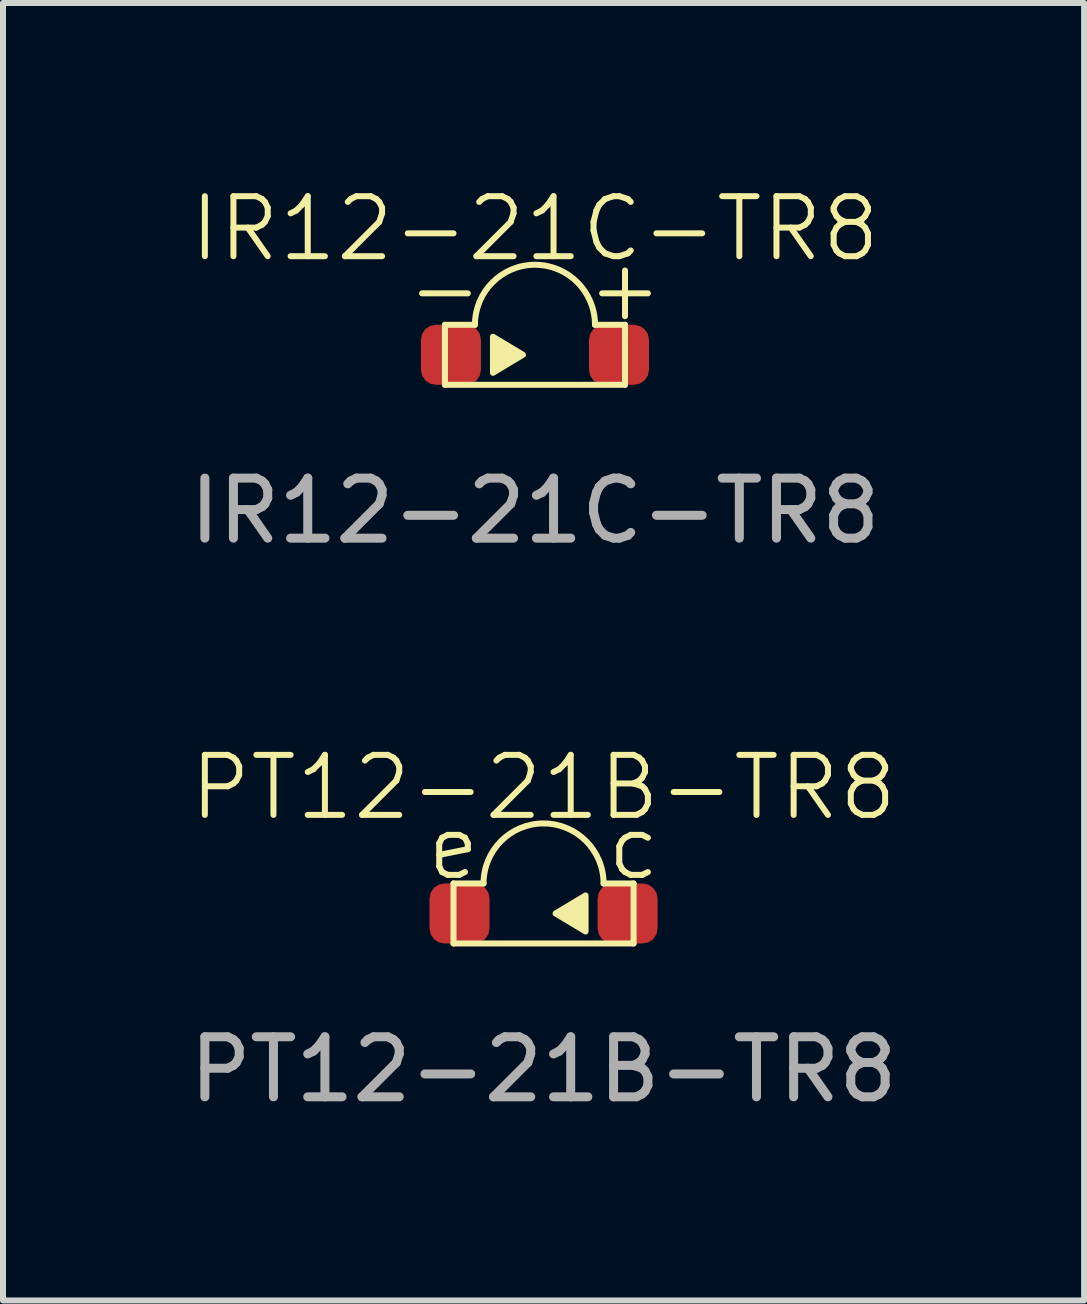
<source format=kicad_pcb>
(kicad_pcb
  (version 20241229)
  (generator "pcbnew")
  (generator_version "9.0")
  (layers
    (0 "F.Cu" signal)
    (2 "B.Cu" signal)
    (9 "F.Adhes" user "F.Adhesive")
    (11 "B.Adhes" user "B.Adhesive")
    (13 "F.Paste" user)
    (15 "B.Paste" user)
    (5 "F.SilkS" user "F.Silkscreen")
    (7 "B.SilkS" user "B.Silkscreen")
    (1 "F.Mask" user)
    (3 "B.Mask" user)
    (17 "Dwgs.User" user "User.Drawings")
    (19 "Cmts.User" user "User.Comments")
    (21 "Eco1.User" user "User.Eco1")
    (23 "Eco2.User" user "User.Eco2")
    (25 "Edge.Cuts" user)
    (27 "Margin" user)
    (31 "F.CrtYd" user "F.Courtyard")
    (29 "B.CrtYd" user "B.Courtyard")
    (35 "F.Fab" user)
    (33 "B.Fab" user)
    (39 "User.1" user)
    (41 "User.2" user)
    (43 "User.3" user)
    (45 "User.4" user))
  (footprint "PT12-21B-TR8"
    (layer "F.Cu")
    (at 6.006 12.169)
    (property "Reference" "PT12-21B-TR8" (at 0 -2.1 0) (unlocked yes) (layer "F.SilkS") (effects (font (size 1 1) (thickness 0.1))))
    (attr smd)
    (fp_line (start -1.5 -0.5) (end -1.5 0.5) (stroke (width 0.1) (type default)) (layer "F.SilkS"))
    (fp_line (start -1.5 0.5) (end 1.5 0.5) (stroke (width 0.1) (type default)) (layer "F.SilkS"))
    (fp_line (start -1 -0.5) (end -1.5 -0.5) (stroke (width 0.1) (type default)) (layer "F.SilkS"))
    (fp_line (start 1.5 -0.5) (end 1 -0.5) (stroke (width 0.1) (type default)) (layer "F.SilkS"))
    (fp_line (start 1.5 0.5) (end 1.5 -0.5) (stroke (width 0.1) (type default)) (layer "F.SilkS"))
    (fp_arc (start -1 -0.5) (mid 0 -1.5) (end 1 -0.5) (stroke (width 0.1) (type default)) (layer "F.SilkS"))
    (fp_poly (pts (xy 0.7 0.3) (xy 0.7 -0.3) (xy 0.2 0)) (stroke (width 0.1) (type solid)) (fill yes) (layer "F.SilkS"))
    (fp_text user "e" (at -1.5 -1.1 0) (unlocked yes) (layer "F.SilkS") (effects (font (size 1 1) (thickness 0.1))))
    (fp_text user "c" (at 1.5 -1.1 0) (unlocked yes) (layer "F.SilkS") (effects (font (size 1 1) (thickness 0.1))))
    (fp_text user "${REFERENCE}" (at 0 2.6 0) (unlocked yes) (layer "F.Fab") (effects (font (size 1 1) (thickness 0.15))))
    (pad "1" smd roundrect (at 1.4 0) (size 1 1) (layers "F.Cu" "F.Mask" "F.Paste") (roundrect_rratio 0.25))
    (pad "2" smd roundrect (at -1.4 0) (size 1 1) (layers "F.Cu" "F.Mask" "F.Paste") (roundrect_rratio 0.25)))
  (footprint "IR12-21C-TR8"
    (layer "F.Cu")
    (at 5.863 2.861)
    (property "Reference" "IR12-21C-TR8" (at 0 -2.1 0) (unlocked yes) (layer "F.SilkS") (effects (font (size 1 1) (thickness 0.1))))
    (attr smd)
    (fp_line (start -1.5 -0.5) (end -1.5 0.5) (stroke (width 0.1) (type default)) (layer "F.SilkS"))
    (fp_line (start -1.5 0.5) (end 1.5 0.5) (stroke (width 0.1) (type default)) (layer "F.SilkS"))
    (fp_line (start -1 -0.5) (end -1.5 -0.5) (stroke (width 0.1) (type default)) (layer "F.SilkS"))
    (fp_line (start 1.5 -0.5) (end 1 -0.5) (stroke (width 0.1) (type default)) (layer "F.SilkS"))
    (fp_line (start 1.5 0.5) (end 1.5 -0.5) (stroke (width 0.1) (type default)) (layer "F.SilkS"))
    (fp_arc (start -1 -0.5) (mid 0 -1.5) (end 1 -0.5) (stroke (width 0.1) (type default)) (layer "F.SilkS"))
    (fp_poly (pts (xy -0.7 -0.3) (xy -0.7 0.3) (xy -0.2 0)) (stroke (width 0.1) (type solid)) (fill yes) (layer "F.SilkS"))
    (fp_text user "-" (at -1.5 -1.1 0) (unlocked yes) (layer "F.SilkS") (effects (font (size 1 1) (thickness 0.1))))
    (fp_text user "+" (at 1.5 -1.1 0) (unlocked yes) (layer "F.SilkS") (effects (font (size 1 1) (thickness 0.1))))
    (fp_text user "${REFERENCE}" (at 0 2.6 0) (unlocked yes) (layer "F.Fab") (effects (font (size 1 1) (thickness 0.15))))
    (pad "1" smd roundrect (at 1.4 0) (size 1 1) (layers "F.Cu" "F.Mask" "F.Paste") (roundrect_rratio 0.25))
    (pad "2" smd roundrect (at -1.4 0) (size 1 1) (layers "F.Cu" "F.Mask" "F.Paste") (roundrect_rratio 0.25)))
  (gr_rect
    (start -3 -3)
    (end 15.012 18.617)
    (stroke (width 0.1) (type default))
    (fill no)
    (layer "Edge.Cuts")))
</source>
